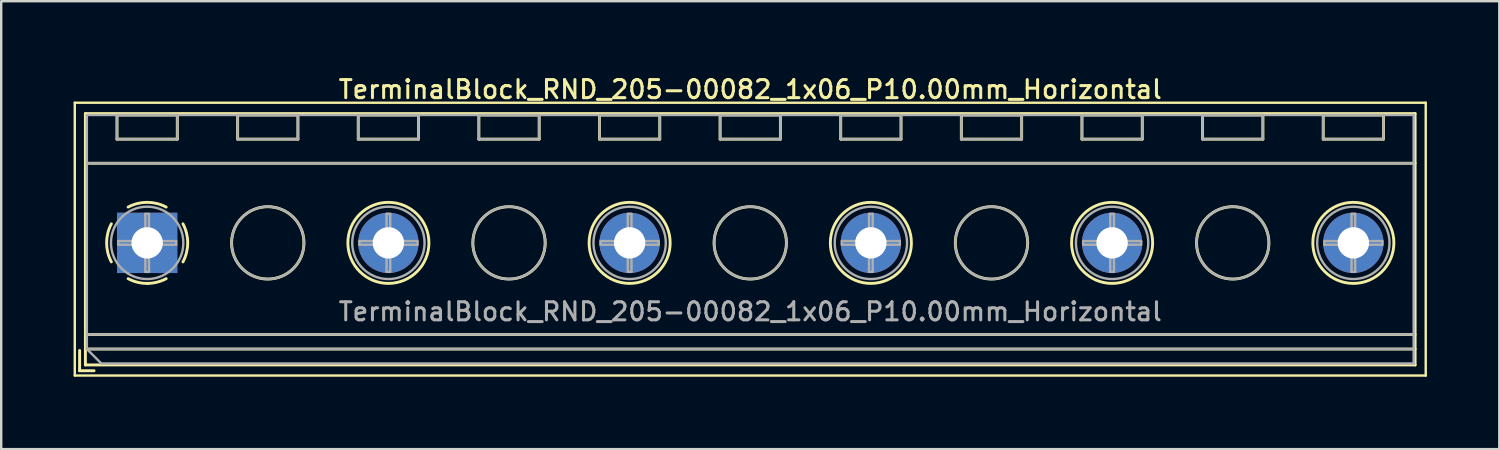
<source format=kicad_pcb>
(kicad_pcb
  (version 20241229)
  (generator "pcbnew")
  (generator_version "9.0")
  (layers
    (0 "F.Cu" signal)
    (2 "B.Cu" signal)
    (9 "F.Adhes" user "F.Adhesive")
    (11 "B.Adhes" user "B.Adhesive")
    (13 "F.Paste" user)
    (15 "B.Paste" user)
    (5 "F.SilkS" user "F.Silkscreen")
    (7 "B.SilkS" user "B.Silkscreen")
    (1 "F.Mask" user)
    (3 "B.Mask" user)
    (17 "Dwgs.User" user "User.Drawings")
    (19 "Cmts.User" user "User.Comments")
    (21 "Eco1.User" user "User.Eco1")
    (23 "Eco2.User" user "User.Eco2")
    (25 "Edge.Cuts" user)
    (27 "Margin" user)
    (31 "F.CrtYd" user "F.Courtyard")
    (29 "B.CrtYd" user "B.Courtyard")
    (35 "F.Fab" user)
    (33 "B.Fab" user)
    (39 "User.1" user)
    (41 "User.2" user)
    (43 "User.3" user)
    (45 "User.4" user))
  (footprint "TerminalBlock_RND_205-00082_1x06_P10.00mm_Horizontal"
    (layer "F.Cu")
    (at 3.05 7.018)
    (property "Reference" "TerminalBlock_RND_205-00082_1x06_P10.00mm_Horizontal" (at 25 -6.36 0) (layer "F.SilkS") (effects (font (size 0.75 0.75) (thickness 0.125))))
    (attr through_hole)
    (fp_line (start -3 -5.81) (end -3 5.5) (stroke (width 0.1) (type solid)) (layer "F.SilkS"))
    (fp_line (start -3 5.5) (end 53 5.5) (stroke (width 0.1) (type solid)) (layer "F.SilkS"))
    (fp_line (start -2.8 4.46) (end -2.8 5.3) (stroke (width 0.12) (type solid)) (layer "F.SilkS"))
    (fp_line (start -2.8 5.3) (end -2.2 5.3) (stroke (width 0.12) (type solid)) (layer "F.SilkS"))
    (fp_line (start -2.56 -5.36) (end -2.56 5.06) (stroke (width 0.12) (type solid)) (layer "F.SilkS"))
    (fp_line (start -2.56 -5.36) (end 52.56 -5.36) (stroke (width 0.12) (type solid)) (layer "F.SilkS"))
    (fp_line (start -2.56 -3.301) (end 52.56 -3.301) (stroke (width 0.12) (type solid)) (layer "F.SilkS"))
    (fp_line (start -2.56 3.8) (end 52.56 3.8) (stroke (width 0.12) (type solid)) (layer "F.SilkS"))
    (fp_line (start -2.56 4.4) (end 52.56 4.4) (stroke (width 0.12) (type solid)) (layer "F.SilkS"))
    (fp_line (start -2.56 5.06) (end 52.56 5.06) (stroke (width 0.12) (type solid)) (layer "F.SilkS"))
    (fp_line (start -1.25 -5.301) (end -1.25 -4.301) (stroke (width 0.12) (type solid)) (layer "F.SilkS"))
    (fp_line (start -1.25 -5.301) (end 1.25 -5.301) (stroke (width 0.12) (type solid)) (layer "F.SilkS"))
    (fp_line (start -1.25 -4.301) (end 1.25 -4.301) (stroke (width 0.12) (type solid)) (layer "F.SilkS"))
    (fp_line (start 1.25 -5.301) (end 1.25 -4.301) (stroke (width 0.12) (type solid)) (layer "F.SilkS"))
    (fp_line (start 3.75 -5.301) (end 3.75 -4.301) (stroke (width 0.12) (type solid)) (layer "F.SilkS"))
    (fp_line (start 3.75 -5.301) (end 6.25 -5.301) (stroke (width 0.12) (type solid)) (layer "F.SilkS"))
    (fp_line (start 3.75 -4.301) (end 6.25 -4.301) (stroke (width 0.12) (type solid)) (layer "F.SilkS"))
    (fp_line (start 6.25 -5.301) (end 6.25 -4.301) (stroke (width 0.12) (type solid)) (layer "F.SilkS"))
    (fp_line (start 8.75 -5.301) (end 8.75 -4.301) (stroke (width 0.12) (type solid)) (layer "F.SilkS"))
    (fp_line (start 8.75 -5.301) (end 11.25 -5.301) (stroke (width 0.12) (type solid)) (layer "F.SilkS"))
    (fp_line (start 8.75 -4.301) (end 11.25 -4.301) (stroke (width 0.12) (type solid)) (layer "F.SilkS"))
    (fp_line (start 11.25 -5.301) (end 11.25 -4.301) (stroke (width 0.12) (type solid)) (layer "F.SilkS"))
    (fp_line (start 13.75 -5.301) (end 13.75 -4.301) (stroke (width 0.12) (type solid)) (layer "F.SilkS"))
    (fp_line (start 13.75 -5.301) (end 16.25 -5.301) (stroke (width 0.12) (type solid)) (layer "F.SilkS"))
    (fp_line (start 13.75 -4.301) (end 16.25 -4.301) (stroke (width 0.12) (type solid)) (layer "F.SilkS"))
    (fp_line (start 16.25 -5.301) (end 16.25 -4.301) (stroke (width 0.12) (type solid)) (layer "F.SilkS"))
    (fp_line (start 18.75 -5.301) (end 18.75 -4.301) (stroke (width 0.12) (type solid)) (layer "F.SilkS"))
    (fp_line (start 18.75 -5.301) (end 21.25 -5.301) (stroke (width 0.12) (type solid)) (layer "F.SilkS"))
    (fp_line (start 18.75 -4.301) (end 21.25 -4.301) (stroke (width 0.12) (type solid)) (layer "F.SilkS"))
    (fp_line (start 21.25 -5.301) (end 21.25 -4.301) (stroke (width 0.12) (type solid)) (layer "F.SilkS"))
    (fp_line (start 23.75 -5.301) (end 23.75 -4.301) (stroke (width 0.12) (type solid)) (layer "F.SilkS"))
    (fp_line (start 23.75 -5.301) (end 26.25 -5.301) (stroke (width 0.12) (type solid)) (layer "F.SilkS"))
    (fp_line (start 23.75 -4.301) (end 26.25 -4.301) (stroke (width 0.12) (type solid)) (layer "F.SilkS"))
    (fp_line (start 26.25 -5.301) (end 26.25 -4.301) (stroke (width 0.12) (type solid)) (layer "F.SilkS"))
    (fp_line (start 28.75 -5.301) (end 28.75 -4.301) (stroke (width 0.12) (type solid)) (layer "F.SilkS"))
    (fp_line (start 28.75 -5.301) (end 31.25 -5.301) (stroke (width 0.12) (type solid)) (layer "F.SilkS"))
    (fp_line (start 28.75 -4.301) (end 31.25 -4.301) (stroke (width 0.12) (type solid)) (layer "F.SilkS"))
    (fp_line (start 31.25 -5.301) (end 31.25 -4.301) (stroke (width 0.12) (type solid)) (layer "F.SilkS"))
    (fp_line (start 33.75 -5.301) (end 33.75 -4.301) (stroke (width 0.12) (type solid)) (layer "F.SilkS"))
    (fp_line (start 33.75 -5.301) (end 36.25 -5.301) (stroke (width 0.12) (type solid)) (layer "F.SilkS"))
    (fp_line (start 33.75 -4.301) (end 36.25 -4.301) (stroke (width 0.12) (type solid)) (layer "F.SilkS"))
    (fp_line (start 36.25 -5.301) (end 36.25 -4.301) (stroke (width 0.12) (type solid)) (layer "F.SilkS"))
    (fp_line (start 38.75 -5.301) (end 38.75 -4.301) (stroke (width 0.12) (type solid)) (layer "F.SilkS"))
    (fp_line (start 38.75 -5.301) (end 41.25 -5.301) (stroke (width 0.12) (type solid)) (layer "F.SilkS"))
    (fp_line (start 38.75 -4.301) (end 41.25 -4.301) (stroke (width 0.12) (type solid)) (layer "F.SilkS"))
    (fp_line (start 41.25 -5.301) (end 41.25 -4.301) (stroke (width 0.12) (type solid)) (layer "F.SilkS"))
    (fp_line (start 43.75 -5.301) (end 43.75 -4.301) (stroke (width 0.12) (type solid)) (layer "F.SilkS"))
    (fp_line (start 43.75 -5.301) (end 46.25 -5.301) (stroke (width 0.12) (type solid)) (layer "F.SilkS"))
    (fp_line (start 43.75 -4.301) (end 46.25 -4.301) (stroke (width 0.12) (type solid)) (layer "F.SilkS"))
    (fp_line (start 46.25 -5.301) (end 46.25 -4.301) (stroke (width 0.12) (type solid)) (layer "F.SilkS"))
    (fp_line (start 48.75 -5.301) (end 48.75 -4.301) (stroke (width 0.12) (type solid)) (layer "F.SilkS"))
    (fp_line (start 48.75 -5.301) (end 51.25 -5.301) (stroke (width 0.12) (type solid)) (layer "F.SilkS"))
    (fp_line (start 48.75 -4.301) (end 51.25 -4.301) (stroke (width 0.12) (type solid)) (layer "F.SilkS"))
    (fp_line (start 51.25 -5.301) (end 51.25 -4.301) (stroke (width 0.12) (type solid)) (layer "F.SilkS"))
    (fp_line (start 52.56 -5.36) (end 52.56 5.06) (stroke (width 0.12) (type solid)) (layer "F.SilkS"))
    (fp_line (start 53 -5.81) (end -3 -5.81) (stroke (width 0.1) (type solid)) (layer "F.SilkS"))
    (fp_line (start 53 5.5) (end 53 -5.81) (stroke (width 0.1) (type solid)) (layer "F.SilkS"))
    (fp_arc (start -1.483953 0.789089) (mid -1.680708 0.00005) (end -1.484 -0.789) (stroke (width 0.12) (type solid)) (layer "F.SilkS"))
    (fp_arc (start -0.789089 -1.483953) (mid -0.00005 -1.680708) (end 0.789 -1.484) (stroke (width 0.12) (type solid)) (layer "F.SilkS"))
    (fp_arc (start 0.029383 1.68045) (mid -0.392304 1.634281) (end -0.789 1.484) (stroke (width 0.12) (type solid)) (layer "F.SilkS"))
    (fp_arc (start 0.788712 1.483352) (mid 0.406429 1.630097) (end 0 1.68) (stroke (width 0.12) (type solid)) (layer "F.SilkS"))
    (fp_arc (start 1.483953 -0.789089) (mid 1.680708 -0.00005) (end 1.484 0.789) (stroke (width 0.12) (type solid)) (layer "F.SilkS"))
    (fp_circle (center 5 0) (end 6.5 0) (stroke (width 0.12) (type solid)) (fill no) (layer "F.SilkS"))
    (fp_circle (center 10 0) (end 11.68 0) (stroke (width 0.12) (type solid)) (fill no) (layer "F.SilkS"))
    (fp_circle (center 15 0) (end 16.5 0) (stroke (width 0.12) (type solid)) (fill no) (layer "F.SilkS"))
    (fp_circle (center 20 0) (end 21.68 0) (stroke (width 0.12) (type solid)) (fill no) (layer "F.SilkS"))
    (fp_circle (center 25 0) (end 26.5 0) (stroke (width 0.12) (type solid)) (fill no) (layer "F.SilkS"))
    (fp_circle (center 30 0) (end 31.68 0) (stroke (width 0.12) (type solid)) (fill no) (layer "F.SilkS"))
    (fp_circle (center 35 0) (end 36.5 0) (stroke (width 0.12) (type solid)) (fill no) (layer "F.SilkS"))
    (fp_circle (center 40 0) (end 41.68 0) (stroke (width 0.12) (type solid)) (fill no) (layer "F.SilkS"))
    (fp_circle (center 45 0) (end 46.5 0) (stroke (width 0.12) (type solid)) (fill no) (layer "F.SilkS"))
    (fp_circle (center 50 0) (end 51.68 0) (stroke (width 0.12) (type solid)) (fill no) (layer "F.SilkS"))
    (fp_line (start -2.5 -5.3) (end 52.5 -5.3) (stroke (width 0.1) (type solid)) (layer "F.Fab"))
    (fp_line (start -2.5 -3.3) (end 52.5 -3.3) (stroke (width 0.1) (type solid)) (layer "F.Fab"))
    (fp_line (start -2.5 3.8) (end 52.5 3.8) (stroke (width 0.1) (type solid)) (layer "F.Fab"))
    (fp_line (start -2.5 4.4) (end -2.5 -5.3) (stroke (width 0.1) (type solid)) (layer "F.Fab"))
    (fp_line (start -2.5 4.4) (end 52.5 4.4) (stroke (width 0.1) (type solid)) (layer "F.Fab"))
    (fp_line (start -1.9 5) (end -2.5 4.4) (stroke (width 0.1) (type solid)) (layer "F.Fab"))
    (fp_line (start -1.25 -5.3) (end -1.25 -4.3) (stroke (width 0.1) (type solid)) (layer "F.Fab"))
    (fp_line (start -1.25 -4.3) (end 1.25 -4.3) (stroke (width 0.1) (type solid)) (layer "F.Fab"))
    (fp_line (start -1.201 -0.076) (end -0.076 -0.076) (stroke (width 0.1) (type solid)) (layer "F.Fab"))
    (fp_line (start -1.201 0.076) (end -1.201 -0.076) (stroke (width 0.1) (type solid)) (layer "F.Fab"))
    (fp_line (start -0.076 -1.201) (end 0.076 -1.201) (stroke (width 0.1) (type solid)) (layer "F.Fab"))
    (fp_line (start -0.076 -0.076) (end -0.076 -1.201) (stroke (width 0.1) (type solid)) (layer "F.Fab"))
    (fp_line (start -0.076 0.076) (end -1.201 0.076) (stroke (width 0.1) (type solid)) (layer "F.Fab"))
    (fp_line (start -0.076 1.201) (end -0.076 0.076) (stroke (width 0.1) (type solid)) (layer "F.Fab"))
    (fp_line (start 0.076 -1.201) (end 0.076 -0.076) (stroke (width 0.1) (type solid)) (layer "F.Fab"))
    (fp_line (start 0.076 -0.076) (end 1.201 -0.076) (stroke (width 0.1) (type solid)) (layer "F.Fab"))
    (fp_line (start 0.076 0.076) (end 0.076 1.201) (stroke (width 0.1) (type solid)) (layer "F.Fab"))
    (fp_line (start 0.076 1.201) (end -0.076 1.201) (stroke (width 0.1) (type solid)) (layer "F.Fab"))
    (fp_line (start 1.201 -0.076) (end 1.201 0.076) (stroke (width 0.1) (type solid)) (layer "F.Fab"))
    (fp_line (start 1.201 0.076) (end 0.076 0.076) (stroke (width 0.1) (type solid)) (layer "F.Fab"))
    (fp_line (start 1.25 -5.3) (end -1.25 -5.3) (stroke (width 0.1) (type solid)) (layer "F.Fab"))
    (fp_line (start 1.25 -4.3) (end 1.25 -5.3) (stroke (width 0.1) (type solid)) (layer "F.Fab"))
    (fp_line (start 3.75 -5.3) (end 3.75 -4.3) (stroke (width 0.1) (type solid)) (layer "F.Fab"))
    (fp_line (start 3.75 -4.3) (end 6.25 -4.3) (stroke (width 0.1) (type solid)) (layer "F.Fab"))
    (fp_line (start 6.25 -5.3) (end 3.75 -5.3) (stroke (width 0.1) (type solid)) (layer "F.Fab"))
    (fp_line (start 6.25 -4.3) (end 6.25 -5.3) (stroke (width 0.1) (type solid)) (layer "F.Fab"))
    (fp_line (start 8.75 -5.3) (end 8.75 -4.3) (stroke (width 0.1) (type solid)) (layer "F.Fab"))
    (fp_line (start 8.75 -4.3) (end 11.25 -4.3) (stroke (width 0.1) (type solid)) (layer "F.Fab"))
    (fp_line (start 8.799 -0.076) (end 9.924 -0.076) (stroke (width 0.1) (type solid)) (layer "F.Fab"))
    (fp_line (start 8.799 0.076) (end 8.799 -0.076) (stroke (width 0.1) (type solid)) (layer "F.Fab"))
    (fp_line (start 9.924 -1.201) (end 10.076 -1.201) (stroke (width 0.1) (type solid)) (layer "F.Fab"))
    (fp_line (start 9.924 -0.076) (end 9.924 -1.201) (stroke (width 0.1) (type solid)) (layer "F.Fab"))
    (fp_line (start 9.924 0.076) (end 8.799 0.076) (stroke (width 0.1) (type solid)) (layer "F.Fab"))
    (fp_line (start 9.924 1.201) (end 9.924 0.076) (stroke (width 0.1) (type solid)) (layer "F.Fab"))
    (fp_line (start 10.076 -1.201) (end 10.076 -0.076) (stroke (width 0.1) (type solid)) (layer "F.Fab"))
    (fp_line (start 10.076 -0.076) (end 11.201 -0.076) (stroke (width 0.1) (type solid)) (layer "F.Fab"))
    (fp_line (start 10.076 0.076) (end 10.076 1.201) (stroke (width 0.1) (type solid)) (layer "F.Fab"))
    (fp_line (start 10.076 1.201) (end 9.924 1.201) (stroke (width 0.1) (type solid)) (layer "F.Fab"))
    (fp_line (start 11.201 -0.076) (end 11.201 0.076) (stroke (width 0.1) (type solid)) (layer "F.Fab"))
    (fp_line (start 11.201 0.076) (end 10.076 0.076) (stroke (width 0.1) (type solid)) (layer "F.Fab"))
    (fp_line (start 11.25 -5.3) (end 8.75 -5.3) (stroke (width 0.1) (type solid)) (layer "F.Fab"))
    (fp_line (start 11.25 -4.3) (end 11.25 -5.3) (stroke (width 0.1) (type solid)) (layer "F.Fab"))
    (fp_line (start 13.75 -5.3) (end 13.75 -4.3) (stroke (width 0.1) (type solid)) (layer "F.Fab"))
    (fp_line (start 13.75 -4.3) (end 16.25 -4.3) (stroke (width 0.1) (type solid)) (layer "F.Fab"))
    (fp_line (start 16.25 -5.3) (end 13.75 -5.3) (stroke (width 0.1) (type solid)) (layer "F.Fab"))
    (fp_line (start 16.25 -4.3) (end 16.25 -5.3) (stroke (width 0.1) (type solid)) (layer "F.Fab"))
    (fp_line (start 18.75 -5.3) (end 18.75 -4.3) (stroke (width 0.1) (type solid)) (layer "F.Fab"))
    (fp_line (start 18.75 -4.3) (end 21.25 -4.3) (stroke (width 0.1) (type solid)) (layer "F.Fab"))
    (fp_line (start 18.799 -0.076) (end 19.924 -0.076) (stroke (width 0.1) (type solid)) (layer "F.Fab"))
    (fp_line (start 18.799 0.076) (end 18.799 -0.076) (stroke (width 0.1) (type solid)) (layer "F.Fab"))
    (fp_line (start 19.924 -1.201) (end 20.076 -1.201) (stroke (width 0.1) (type solid)) (layer "F.Fab"))
    (fp_line (start 19.924 -0.076) (end 19.924 -1.201) (stroke (width 0.1) (type solid)) (layer "F.Fab"))
    (fp_line (start 19.924 0.076) (end 18.799 0.076) (stroke (width 0.1) (type solid)) (layer "F.Fab"))
    (fp_line (start 19.924 1.201) (end 19.924 0.076) (stroke (width 0.1) (type solid)) (layer "F.Fab"))
    (fp_line (start 20.076 -1.201) (end 20.076 -0.076) (stroke (width 0.1) (type solid)) (layer "F.Fab"))
    (fp_line (start 20.076 -0.076) (end 21.201 -0.076) (stroke (width 0.1) (type solid)) (layer "F.Fab"))
    (fp_line (start 20.076 0.076) (end 20.076 1.201) (stroke (width 0.1) (type solid)) (layer "F.Fab"))
    (fp_line (start 20.076 1.201) (end 19.924 1.201) (stroke (width 0.1) (type solid)) (layer "F.Fab"))
    (fp_line (start 21.201 -0.076) (end 21.201 0.076) (stroke (width 0.1) (type solid)) (layer "F.Fab"))
    (fp_line (start 21.201 0.076) (end 20.076 0.076) (stroke (width 0.1) (type solid)) (layer "F.Fab"))
    (fp_line (start 21.25 -5.3) (end 18.75 -5.3) (stroke (width 0.1) (type solid)) (layer "F.Fab"))
    (fp_line (start 21.25 -4.3) (end 21.25 -5.3) (stroke (width 0.1) (type solid)) (layer "F.Fab"))
    (fp_line (start 23.75 -5.3) (end 23.75 -4.3) (stroke (width 0.1) (type solid)) (layer "F.Fab"))
    (fp_line (start 23.75 -4.3) (end 26.25 -4.3) (stroke (width 0.1) (type solid)) (layer "F.Fab"))
    (fp_line (start 26.25 -5.3) (end 23.75 -5.3) (stroke (width 0.1) (type solid)) (layer "F.Fab"))
    (fp_line (start 26.25 -4.3) (end 26.25 -5.3) (stroke (width 0.1) (type solid)) (layer "F.Fab"))
    (fp_line (start 28.75 -5.3) (end 28.75 -4.3) (stroke (width 0.1) (type solid)) (layer "F.Fab"))
    (fp_line (start 28.75 -4.3) (end 31.25 -4.3) (stroke (width 0.1) (type solid)) (layer "F.Fab"))
    (fp_line (start 28.799 -0.076) (end 29.924 -0.076) (stroke (width 0.1) (type solid)) (layer "F.Fab"))
    (fp_line (start 28.799 0.076) (end 28.799 -0.076) (stroke (width 0.1) (type solid)) (layer "F.Fab"))
    (fp_line (start 29.924 -1.201) (end 30.076 -1.201) (stroke (width 0.1) (type solid)) (layer "F.Fab"))
    (fp_line (start 29.924 -0.076) (end 29.924 -1.201) (stroke (width 0.1) (type solid)) (layer "F.Fab"))
    (fp_line (start 29.924 0.076) (end 28.799 0.076) (stroke (width 0.1) (type solid)) (layer "F.Fab"))
    (fp_line (start 29.924 1.201) (end 29.924 0.076) (stroke (width 0.1) (type solid)) (layer "F.Fab"))
    (fp_line (start 30.076 -1.201) (end 30.076 -0.076) (stroke (width 0.1) (type solid)) (layer "F.Fab"))
    (fp_line (start 30.076 -0.076) (end 31.201 -0.076) (stroke (width 0.1) (type solid)) (layer "F.Fab"))
    (fp_line (start 30.076 0.076) (end 30.076 1.201) (stroke (width 0.1) (type solid)) (layer "F.Fab"))
    (fp_line (start 30.076 1.201) (end 29.924 1.201) (stroke (width 0.1) (type solid)) (layer "F.Fab"))
    (fp_line (start 31.201 -0.076) (end 31.201 0.076) (stroke (width 0.1) (type solid)) (layer "F.Fab"))
    (fp_line (start 31.201 0.076) (end 30.076 0.076) (stroke (width 0.1) (type solid)) (layer "F.Fab"))
    (fp_line (start 31.25 -5.3) (end 28.75 -5.3) (stroke (width 0.1) (type solid)) (layer "F.Fab"))
    (fp_line (start 31.25 -4.3) (end 31.25 -5.3) (stroke (width 0.1) (type solid)) (layer "F.Fab"))
    (fp_line (start 33.75 -5.3) (end 33.75 -4.3) (stroke (width 0.1) (type solid)) (layer "F.Fab"))
    (fp_line (start 33.75 -4.3) (end 36.25 -4.3) (stroke (width 0.1) (type solid)) (layer "F.Fab"))
    (fp_line (start 36.25 -5.3) (end 33.75 -5.3) (stroke (width 0.1) (type solid)) (layer "F.Fab"))
    (fp_line (start 36.25 -4.3) (end 36.25 -5.3) (stroke (width 0.1) (type solid)) (layer "F.Fab"))
    (fp_line (start 38.75 -5.3) (end 38.75 -4.3) (stroke (width 0.1) (type solid)) (layer "F.Fab"))
    (fp_line (start 38.75 -4.3) (end 41.25 -4.3) (stroke (width 0.1) (type solid)) (layer "F.Fab"))
    (fp_line (start 38.799 -0.076) (end 39.924 -0.076) (stroke (width 0.1) (type solid)) (layer "F.Fab"))
    (fp_line (start 38.799 0.076) (end 38.799 -0.076) (stroke (width 0.1) (type solid)) (layer "F.Fab"))
    (fp_line (start 39.924 -1.201) (end 40.076 -1.201) (stroke (width 0.1) (type solid)) (layer "F.Fab"))
    (fp_line (start 39.924 -0.076) (end 39.924 -1.201) (stroke (width 0.1) (type solid)) (layer "F.Fab"))
    (fp_line (start 39.924 0.076) (end 38.799 0.076) (stroke (width 0.1) (type solid)) (layer "F.Fab"))
    (fp_line (start 39.924 1.201) (end 39.924 0.076) (stroke (width 0.1) (type solid)) (layer "F.Fab"))
    (fp_line (start 40.076 -1.201) (end 40.076 -0.076) (stroke (width 0.1) (type solid)) (layer "F.Fab"))
    (fp_line (start 40.076 -0.076) (end 41.201 -0.076) (stroke (width 0.1) (type solid)) (layer "F.Fab"))
    (fp_line (start 40.076 0.076) (end 40.076 1.201) (stroke (width 0.1) (type solid)) (layer "F.Fab"))
    (fp_line (start 40.076 1.201) (end 39.924 1.201) (stroke (width 0.1) (type solid)) (layer "F.Fab"))
    (fp_line (start 41.201 -0.076) (end 41.201 0.076) (stroke (width 0.1) (type solid)) (layer "F.Fab"))
    (fp_line (start 41.201 0.076) (end 40.076 0.076) (stroke (width 0.1) (type solid)) (layer "F.Fab"))
    (fp_line (start 41.25 -5.3) (end 38.75 -5.3) (stroke (width 0.1) (type solid)) (layer "F.Fab"))
    (fp_line (start 41.25 -4.3) (end 41.25 -5.3) (stroke (width 0.1) (type solid)) (layer "F.Fab"))
    (fp_line (start 43.75 -5.3) (end 43.75 -4.3) (stroke (width 0.1) (type solid)) (layer "F.Fab"))
    (fp_line (start 43.75 -4.3) (end 46.25 -4.3) (stroke (width 0.1) (type solid)) (layer "F.Fab"))
    (fp_line (start 46.25 -5.3) (end 43.75 -5.3) (stroke (width 0.1) (type solid)) (layer "F.Fab"))
    (fp_line (start 46.25 -4.3) (end 46.25 -5.3) (stroke (width 0.1) (type solid)) (layer "F.Fab"))
    (fp_line (start 48.75 -5.3) (end 48.75 -4.3) (stroke (width 0.1) (type solid)) (layer "F.Fab"))
    (fp_line (start 48.75 -4.3) (end 51.25 -4.3) (stroke (width 0.1) (type solid)) (layer "F.Fab"))
    (fp_line (start 48.799 -0.076) (end 49.924 -0.076) (stroke (width 0.1) (type solid)) (layer "F.Fab"))
    (fp_line (start 48.799 0.076) (end 48.799 -0.076) (stroke (width 0.1) (type solid)) (layer "F.Fab"))
    (fp_line (start 49.924 -1.201) (end 50.076 -1.201) (stroke (width 0.1) (type solid)) (layer "F.Fab"))
    (fp_line (start 49.924 -0.076) (end 49.924 -1.201) (stroke (width 0.1) (type solid)) (layer "F.Fab"))
    (fp_line (start 49.924 0.076) (end 48.799 0.076) (stroke (width 0.1) (type solid)) (layer "F.Fab"))
    (fp_line (start 49.924 1.201) (end 49.924 0.076) (stroke (width 0.1) (type solid)) (layer "F.Fab"))
    (fp_line (start 50.076 -1.201) (end 50.076 -0.076) (stroke (width 0.1) (type solid)) (layer "F.Fab"))
    (fp_line (start 50.076 -0.076) (end 51.201 -0.076) (stroke (width 0.1) (type solid)) (layer "F.Fab"))
    (fp_line (start 50.076 0.076) (end 50.076 1.201) (stroke (width 0.1) (type solid)) (layer "F.Fab"))
    (fp_line (start 50.076 1.201) (end 49.924 1.201) (stroke (width 0.1) (type solid)) (layer "F.Fab"))
    (fp_line (start 51.201 -0.076) (end 51.201 0.076) (stroke (width 0.1) (type solid)) (layer "F.Fab"))
    (fp_line (start 51.201 0.076) (end 50.076 0.076) (stroke (width 0.1) (type solid)) (layer "F.Fab"))
    (fp_line (start 51.25 -5.3) (end 48.75 -5.3) (stroke (width 0.1) (type solid)) (layer "F.Fab"))
    (fp_line (start 51.25 -4.3) (end 51.25 -5.3) (stroke (width 0.1) (type solid)) (layer "F.Fab"))
    (fp_line (start 52.5 -5.3) (end 52.5 5) (stroke (width 0.1) (type solid)) (layer "F.Fab"))
    (fp_line (start 52.5 5) (end -1.9 5) (stroke (width 0.1) (type solid)) (layer "F.Fab"))
    (fp_circle (center 0 0) (end 1.5 0) (stroke (width 0.1) (type solid)) (fill no) (layer "F.Fab"))
    (fp_circle (center 5 0) (end 6.5 0) (stroke (width 0.1) (type solid)) (fill no) (layer "F.Fab"))
    (fp_circle (center 10 0) (end 11.5 0) (stroke (width 0.1) (type solid)) (fill no) (layer "F.Fab"))
    (fp_circle (center 15 0) (end 16.5 0) (stroke (width 0.1) (type solid)) (fill no) (layer "F.Fab"))
    (fp_circle (center 20 0) (end 21.5 0) (stroke (width 0.1) (type solid)) (fill no) (layer "F.Fab"))
    (fp_circle (center 25 0) (end 26.5 0) (stroke (width 0.1) (type solid)) (fill no) (layer "F.Fab"))
    (fp_circle (center 30 0) (end 31.5 0) (stroke (width 0.1) (type solid)) (fill no) (layer "F.Fab"))
    (fp_circle (center 35 0) (end 36.5 0) (stroke (width 0.1) (type solid)) (fill no) (layer "F.Fab"))
    (fp_circle (center 40 0) (end 41.5 0) (stroke (width 0.1) (type solid)) (fill no) (layer "F.Fab"))
    (fp_circle (center 45 0) (end 46.5 0) (stroke (width 0.1) (type solid)) (fill no) (layer "F.Fab"))
    (fp_circle (center 50 0) (end 51.5 0) (stroke (width 0.1) (type solid)) (fill no) (layer "F.Fab"))
    (fp_text user "${REFERENCE}" (at 25 2.85 0) (layer "F.Fab") (effects (font (size 0.75 0.75) (thickness 0.125))))
    (pad "1" thru_hole rect (at 0 0) (size 2.5 2.5) (drill 1.3) (layers "*.Cu" "*.Mask"))
    (pad "2" thru_hole circle (at 10 0) (size 2.5 2.5) (drill 1.3) (layers "*.Cu" "*.Mask"))
    (pad "3" thru_hole circle (at 20 0) (size 2.5 2.5) (drill 1.3) (layers "*.Cu" "*.Mask"))
    (pad "4" thru_hole circle (at 30 0) (size 2.5 2.5) (drill 1.3) (layers "*.Cu" "*.Mask"))
    (pad "5" thru_hole circle (at 40 0) (size 2.5 2.5) (drill 1.3) (layers "*.Cu" "*.Mask"))
    (pad "6" thru_hole circle (at 50 0) (size 2.5 2.5) (drill 1.3) (layers "*.Cu" "*.Mask")))
  (gr_rect
    (start -3 -3)
    (end 59.1 15.568)
    (stroke (width 0.1) (type default))
    (fill no)
    (layer "Edge.Cuts")))
</source>
